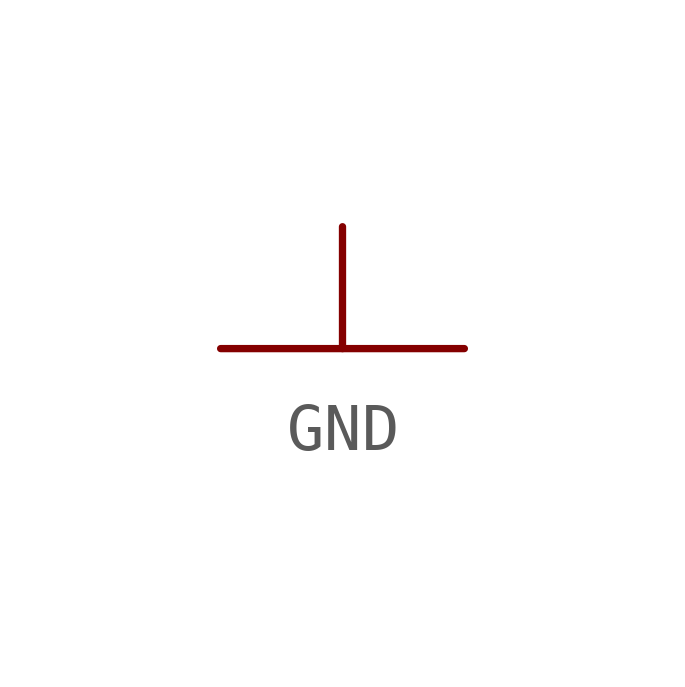
<source format=kicad_sym>
(kicad_symbol_lib
  (version 20241209)
  (generator "kicad_symbol_editor")
  (generator_version "9.0")
  (symbol "GND"
    (power)
    (property "Reference" ""
      (at 0 0 0)
      (effects (font (size 1.27 1.27)) (hide yes)))
    (property "ki_locked" ""
      (at 0 0 0)
      (effects (font (size 1.27 1.27))))
    (symbol "GND_1_0"
      (polyline (pts (xy -2.54 0) (xy 2.54 0)) (stroke (width 0.152) (type solid)) (fill (type none)))
      (pin power_in line (at 0 2.54 270) (length 2.54) (name "GND" (effects (font (size 0 0)))) (number "1" (effects (font (size 0 0))))))))
</source>
